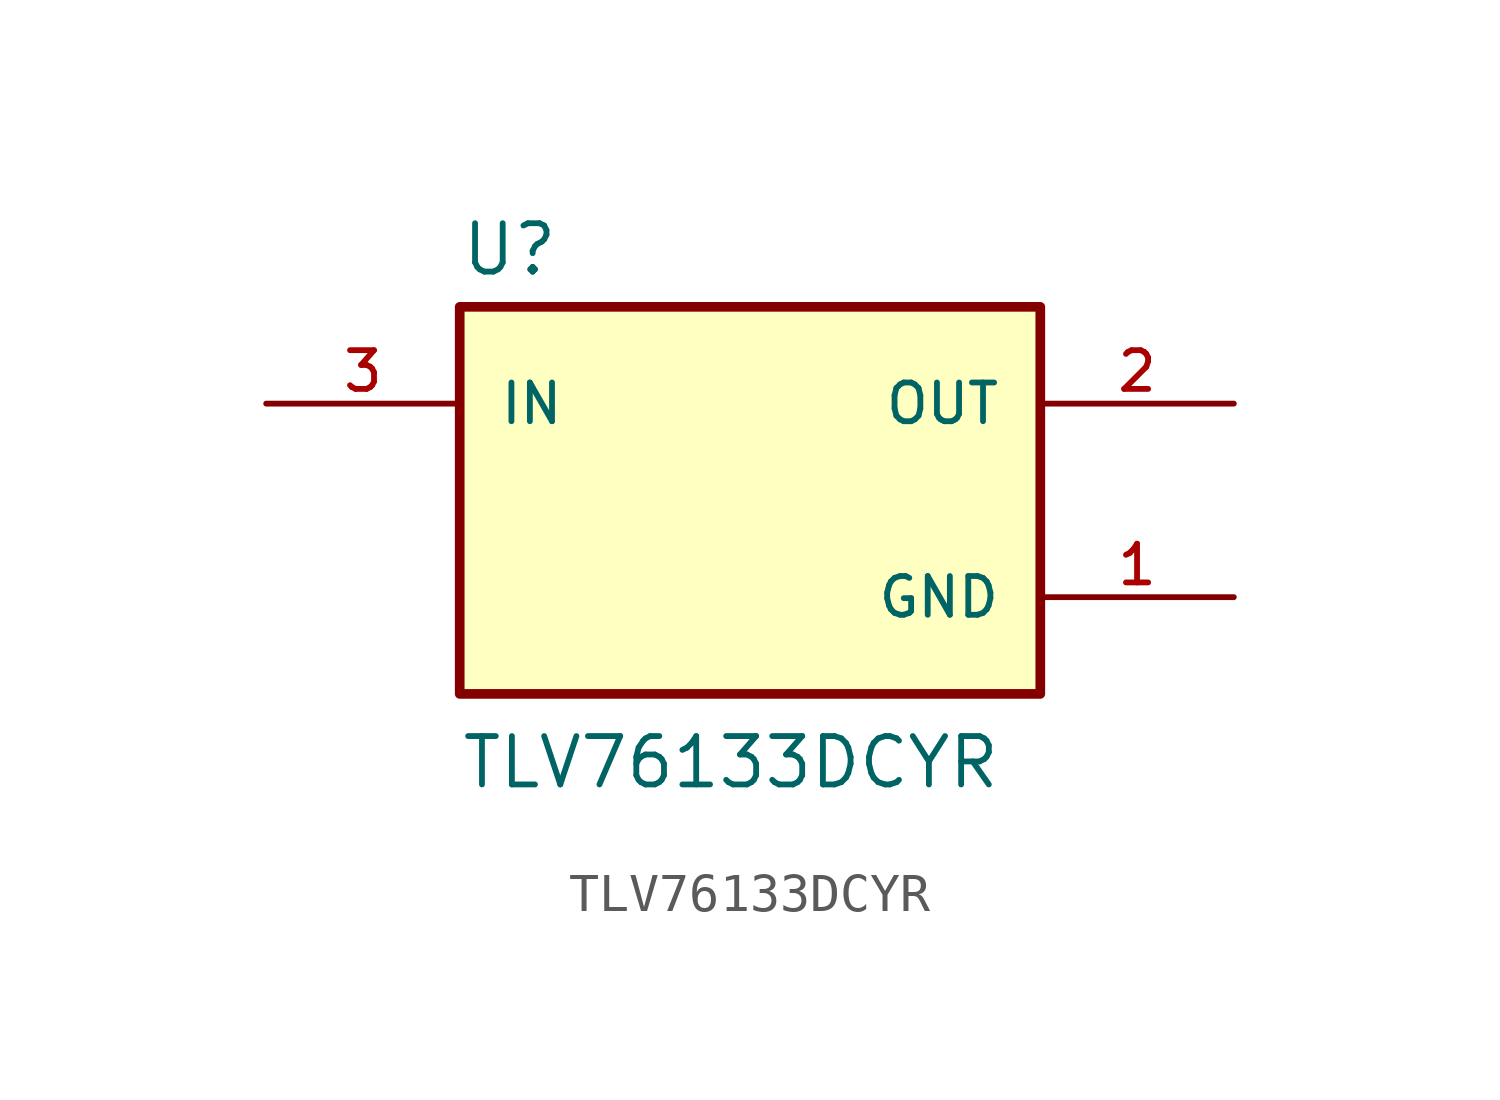
<source format=kicad_sym>
(kicad_symbol_lib
  (version 20211014)
  (generator kicad_symbol_editor)
  (symbol "TLV76133DCYR"
    (pin_names
      (offset 1.016))
    (property "Reference" "U"
      (at -7.62 5.842 0)
      (effects (font (size 1.27 1.27)) (justify bottom left)))
    (property "Value" "TLV76133DCYR"
      (at -7.62 -7.62 0)
      (effects (font (size 1.27 1.27)) (justify bottom left)))
    (symbol "TLV76133DCYR_0_0"
      (rectangle (start -7.62 -5.08) (end 7.62 5.08) (stroke (width 0.254)) (fill (type background)))
      (pin input line (at -12.7 2.54 0) (length 5.08) (name "IN" (effects (font (size 1.016 1.016)))) (number "3" (effects (font (size 1.016 1.016)))))
      (pin output line (at 12.7 2.54 180.0) (length 5.08) (name "OUT" (effects (font (size 1.016 1.016)))) (number "2" (effects (font (size 1.016 1.016)))))
      (pin output line (at 12.7 2.54 180.0) (length 5.08) hide (name "OUT" (effects (font (size 1.016 1.016)))) (number "4" (effects (font (size 1.016 1.016)))))
      (pin power_in line (at 12.7 -2.54 180.0) (length 5.08) (name "GND" (effects (font (size 1.016 1.016)))) (number "1" (effects (font (size 1.016 1.016))))))))
</source>
